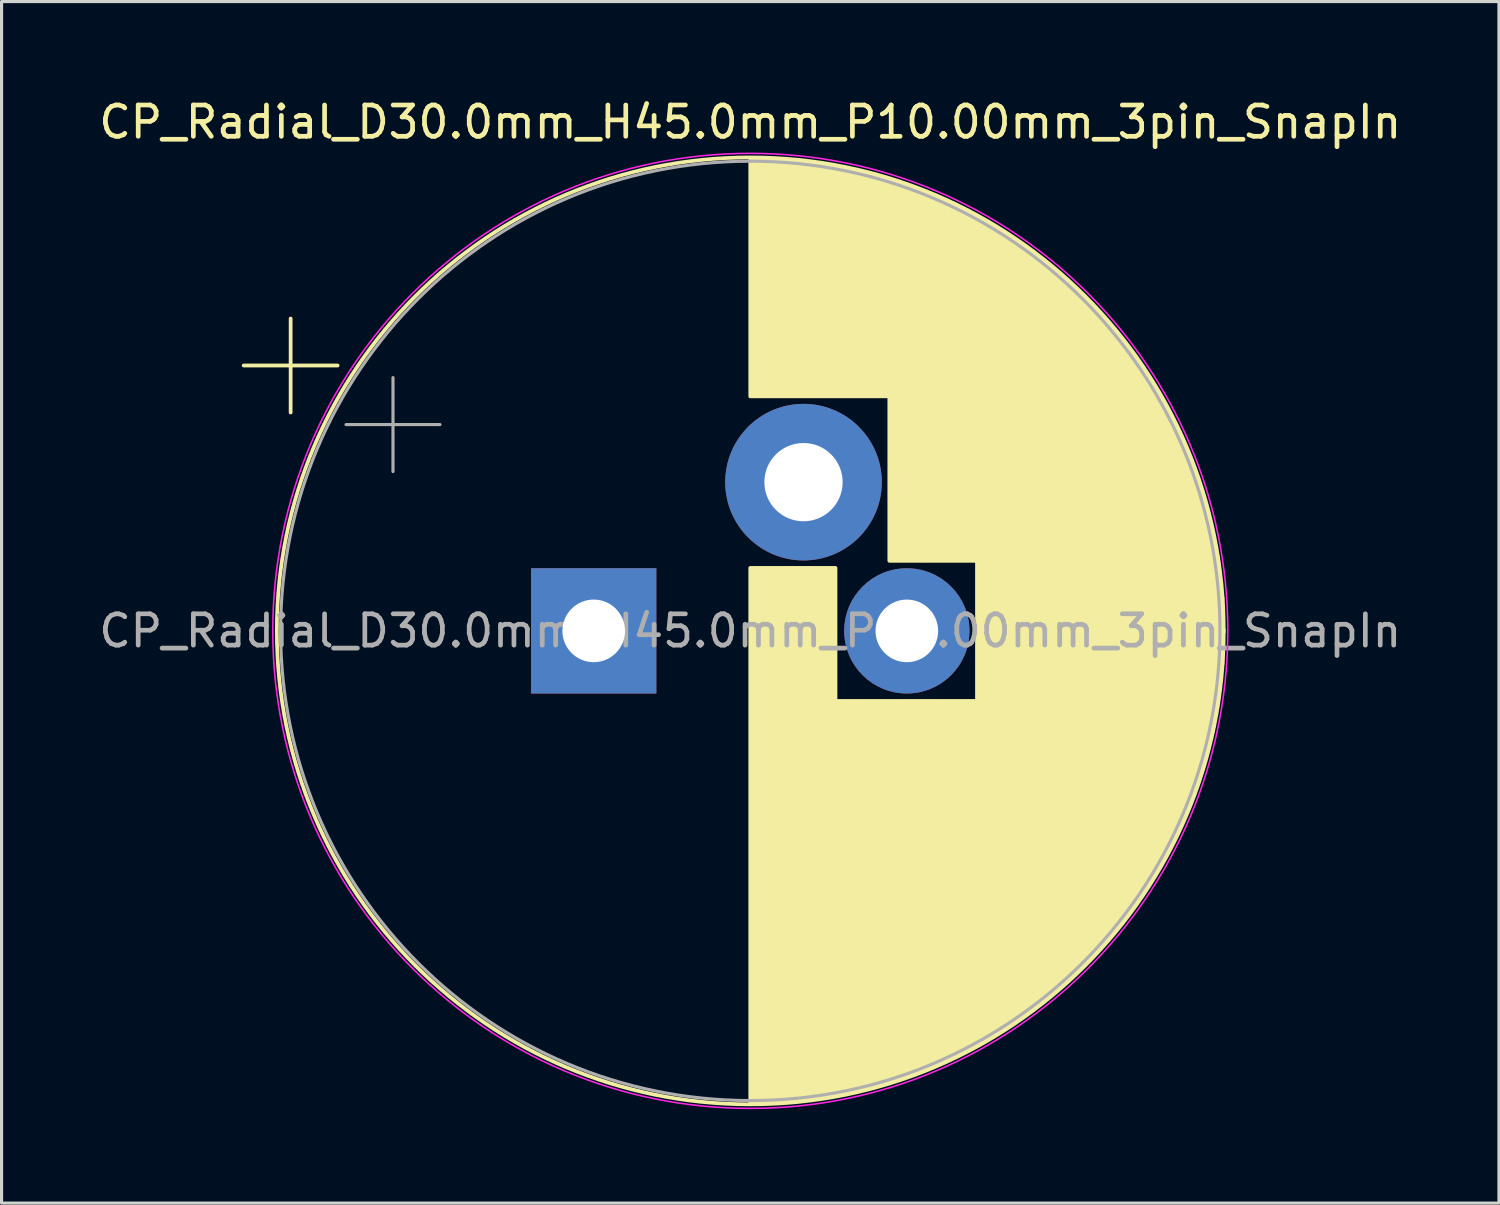
<source format=kicad_pcb>
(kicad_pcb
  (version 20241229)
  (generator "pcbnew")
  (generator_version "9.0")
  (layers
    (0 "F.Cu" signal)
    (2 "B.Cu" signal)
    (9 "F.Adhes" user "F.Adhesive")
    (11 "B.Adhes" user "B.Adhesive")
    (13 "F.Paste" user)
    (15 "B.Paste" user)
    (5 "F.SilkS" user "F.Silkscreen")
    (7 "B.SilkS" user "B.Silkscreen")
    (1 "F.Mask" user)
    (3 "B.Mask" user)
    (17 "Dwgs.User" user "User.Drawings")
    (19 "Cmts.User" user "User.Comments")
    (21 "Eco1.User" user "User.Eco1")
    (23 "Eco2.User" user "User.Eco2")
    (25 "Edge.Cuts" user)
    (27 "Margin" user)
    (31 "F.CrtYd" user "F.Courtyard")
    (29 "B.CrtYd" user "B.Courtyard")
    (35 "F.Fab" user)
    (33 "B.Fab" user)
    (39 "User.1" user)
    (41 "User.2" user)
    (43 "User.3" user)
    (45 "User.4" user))
  (footprint "CP_Radial_D30.0mm_H45.0mm_P10.00mm_3pin_SnapIn"
    (layer "F.Cu")
    (at 15.911 17.098)
    (property "Reference" "CP_Radial_D30.0mm_H45.0mm_P10.00mm_3pin_SnapIn" (at 5 -16.25 0) (layer "F.SilkS") (effects (font (size 1 1) (thickness 0.15))))
    (attr through_hole)
    (fp_line (start -11.179 -8.475) (end -8.179 -8.475) (stroke (width 0.12) (type solid)) (layer "F.SilkS"))
    (fp_line (start -9.679 -9.975) (end -9.679 -6.975) (stroke (width 0.12) (type solid)) (layer "F.SilkS"))
    (fp_line (start 5 -15.081) (end 5 -7.49) (stroke (width 0.12) (type solid)) (layer "F.SilkS"))
    (fp_line (start 5 -2.01) (end 5 15.081) (stroke (width 0.12) (type solid)) (layer "F.SilkS"))
    (fp_line (start 5.04 -15.08) (end 5.04 -7.49) (stroke (width 0.12) (type solid)) (layer "F.SilkS"))
    (fp_line (start 5.04 -2.01) (end 5.04 15.08) (stroke (width 0.12) (type solid)) (layer "F.SilkS"))
    (fp_line (start 5.08 -15.08) (end 5.08 -7.49) (stroke (width 0.12) (type solid)) (layer "F.SilkS"))
    (fp_line (start 5.08 -2.01) (end 5.08 15.08) (stroke (width 0.12) (type solid)) (layer "F.SilkS"))
    (fp_line (start 5.12 -15.08) (end 5.12 -7.49) (stroke (width 0.12) (type solid)) (layer "F.SilkS"))
    (fp_line (start 5.12 -2.01) (end 5.12 15.08) (stroke (width 0.12) (type solid)) (layer "F.SilkS"))
    (fp_line (start 5.16 -15.08) (end 5.16 -7.49) (stroke (width 0.12) (type solid)) (layer "F.SilkS"))
    (fp_line (start 5.16 -2.01) (end 5.16 15.08) (stroke (width 0.12) (type solid)) (layer "F.SilkS"))
    (fp_line (start 5.2 -15.079) (end 5.2 -7.49) (stroke (width 0.12) (type solid)) (layer "F.SilkS"))
    (fp_line (start 5.2 -2.01) (end 5.2 15.079) (stroke (width 0.12) (type solid)) (layer "F.SilkS"))
    (fp_line (start 5.24 -15.079) (end 5.24 -7.49) (stroke (width 0.12) (type solid)) (layer "F.SilkS"))
    (fp_line (start 5.24 -2.01) (end 5.24 15.079) (stroke (width 0.12) (type solid)) (layer "F.SilkS"))
    (fp_line (start 5.28 -15.078) (end 5.28 -7.49) (stroke (width 0.12) (type solid)) (layer "F.SilkS"))
    (fp_line (start 5.28 -2.01) (end 5.28 15.078) (stroke (width 0.12) (type solid)) (layer "F.SilkS"))
    (fp_line (start 5.32 -15.077) (end 5.32 -7.49) (stroke (width 0.12) (type solid)) (layer "F.SilkS"))
    (fp_line (start 5.32 -2.01) (end 5.32 15.077) (stroke (width 0.12) (type solid)) (layer "F.SilkS"))
    (fp_line (start 5.36 -15.076) (end 5.36 -7.49) (stroke (width 0.12) (type solid)) (layer "F.SilkS"))
    (fp_line (start 5.36 -2.01) (end 5.36 15.076) (stroke (width 0.12) (type solid)) (layer "F.SilkS"))
    (fp_line (start 5.4 -15.075) (end 5.4 -7.49) (stroke (width 0.12) (type solid)) (layer "F.SilkS"))
    (fp_line (start 5.4 -2.01) (end 5.4 15.075) (stroke (width 0.12) (type solid)) (layer "F.SilkS"))
    (fp_line (start 5.44 -15.074) (end 5.44 -7.49) (stroke (width 0.12) (type solid)) (layer "F.SilkS"))
    (fp_line (start 5.44 -2.01) (end 5.44 15.074) (stroke (width 0.12) (type solid)) (layer "F.SilkS"))
    (fp_line (start 5.48 -15.073) (end 5.48 -7.49) (stroke (width 0.12) (type solid)) (layer "F.SilkS"))
    (fp_line (start 5.48 -2.01) (end 5.48 15.073) (stroke (width 0.12) (type solid)) (layer "F.SilkS"))
    (fp_line (start 5.52 -15.072) (end 5.52 -7.49) (stroke (width 0.12) (type solid)) (layer "F.SilkS"))
    (fp_line (start 5.52 -2.01) (end 5.52 15.072) (stroke (width 0.12) (type solid)) (layer "F.SilkS"))
    (fp_line (start 5.56 -15.07) (end 5.56 -7.49) (stroke (width 0.12) (type solid)) (layer "F.SilkS"))
    (fp_line (start 5.56 -2.01) (end 5.56 15.07) (stroke (width 0.12) (type solid)) (layer "F.SilkS"))
    (fp_line (start 5.6 -15.069) (end 5.6 -7.49) (stroke (width 0.12) (type solid)) (layer "F.SilkS"))
    (fp_line (start 5.6 -2.01) (end 5.6 15.069) (stroke (width 0.12) (type solid)) (layer "F.SilkS"))
    (fp_line (start 5.64 -15.067) (end 5.64 -7.49) (stroke (width 0.12) (type solid)) (layer "F.SilkS"))
    (fp_line (start 5.64 -2.01) (end 5.64 15.067) (stroke (width 0.12) (type solid)) (layer "F.SilkS"))
    (fp_line (start 5.68 -15.065) (end 5.68 -7.49) (stroke (width 0.12) (type solid)) (layer "F.SilkS"))
    (fp_line (start 5.68 -2.01) (end 5.68 15.065) (stroke (width 0.12) (type solid)) (layer "F.SilkS"))
    (fp_line (start 5.721 -15.063) (end 5.721 -7.49) (stroke (width 0.12) (type solid)) (layer "F.SilkS"))
    (fp_line (start 5.721 -2.01) (end 5.721 15.063) (stroke (width 0.12) (type solid)) (layer "F.SilkS"))
    (fp_line (start 5.761 -15.061) (end 5.761 -7.49) (stroke (width 0.12) (type solid)) (layer "F.SilkS"))
    (fp_line (start 5.761 -2.01) (end 5.761 15.061) (stroke (width 0.12) (type solid)) (layer "F.SilkS"))
    (fp_line (start 5.801 -15.059) (end 5.801 -7.49) (stroke (width 0.12) (type solid)) (layer "F.SilkS"))
    (fp_line (start 5.801 -2.01) (end 5.801 15.059) (stroke (width 0.12) (type solid)) (layer "F.SilkS"))
    (fp_line (start 5.841 -15.057) (end 5.841 -7.49) (stroke (width 0.12) (type solid)) (layer "F.SilkS"))
    (fp_line (start 5.841 -2.01) (end 5.841 15.057) (stroke (width 0.12) (type solid)) (layer "F.SilkS"))
    (fp_line (start 5.881 -15.055) (end 5.881 -7.49) (stroke (width 0.12) (type solid)) (layer "F.SilkS"))
    (fp_line (start 5.881 -2.01) (end 5.881 15.055) (stroke (width 0.12) (type solid)) (layer "F.SilkS"))
    (fp_line (start 5.921 -15.052) (end 5.921 -7.49) (stroke (width 0.12) (type solid)) (layer "F.SilkS"))
    (fp_line (start 5.921 -2.01) (end 5.921 15.052) (stroke (width 0.12) (type solid)) (layer "F.SilkS"))
    (fp_line (start 5.961 -15.05) (end 5.961 -7.49) (stroke (width 0.12) (type solid)) (layer "F.SilkS"))
    (fp_line (start 5.961 -2.01) (end 5.961 15.05) (stroke (width 0.12) (type solid)) (layer "F.SilkS"))
    (fp_line (start 6.001 -15.047) (end 6.001 -7.49) (stroke (width 0.12) (type solid)) (layer "F.SilkS"))
    (fp_line (start 6.001 -2.01) (end 6.001 15.047) (stroke (width 0.12) (type solid)) (layer "F.SilkS"))
    (fp_line (start 6.041 -15.045) (end 6.041 -7.49) (stroke (width 0.12) (type solid)) (layer "F.SilkS"))
    (fp_line (start 6.041 -2.01) (end 6.041 15.045) (stroke (width 0.12) (type solid)) (layer "F.SilkS"))
    (fp_line (start 6.081 -15.042) (end 6.081 -7.49) (stroke (width 0.12) (type solid)) (layer "F.SilkS"))
    (fp_line (start 6.081 -2.01) (end 6.081 15.042) (stroke (width 0.12) (type solid)) (layer "F.SilkS"))
    (fp_line (start 6.121 -15.039) (end 6.121 -7.49) (stroke (width 0.12) (type solid)) (layer "F.SilkS"))
    (fp_line (start 6.121 -2.01) (end 6.121 15.039) (stroke (width 0.12) (type solid)) (layer "F.SilkS"))
    (fp_line (start 6.161 -15.036) (end 6.161 -7.49) (stroke (width 0.12) (type solid)) (layer "F.SilkS"))
    (fp_line (start 6.161 -2.01) (end 6.161 15.036) (stroke (width 0.12) (type solid)) (layer "F.SilkS"))
    (fp_line (start 6.201 -15.033) (end 6.201 -7.49) (stroke (width 0.12) (type solid)) (layer "F.SilkS"))
    (fp_line (start 6.201 -2.01) (end 6.201 15.033) (stroke (width 0.12) (type solid)) (layer "F.SilkS"))
    (fp_line (start 6.241 -15.03) (end 6.241 -7.49) (stroke (width 0.12) (type solid)) (layer "F.SilkS"))
    (fp_line (start 6.241 -2.01) (end 6.241 15.03) (stroke (width 0.12) (type solid)) (layer "F.SilkS"))
    (fp_line (start 6.281 -15.026) (end 6.281 -7.49) (stroke (width 0.12) (type solid)) (layer "F.SilkS"))
    (fp_line (start 6.281 -2.01) (end 6.281 15.026) (stroke (width 0.12) (type solid)) (layer "F.SilkS"))
    (fp_line (start 6.321 -15.023) (end 6.321 -7.49) (stroke (width 0.12) (type solid)) (layer "F.SilkS"))
    (fp_line (start 6.321 -2.01) (end 6.321 15.023) (stroke (width 0.12) (type solid)) (layer "F.SilkS"))
    (fp_line (start 6.361 -15.019) (end 6.361 -7.49) (stroke (width 0.12) (type solid)) (layer "F.SilkS"))
    (fp_line (start 6.361 -2.01) (end 6.361 15.019) (stroke (width 0.12) (type solid)) (layer "F.SilkS"))
    (fp_line (start 6.401 -15.016) (end 6.401 -7.49) (stroke (width 0.12) (type solid)) (layer "F.SilkS"))
    (fp_line (start 6.401 -2.01) (end 6.401 15.016) (stroke (width 0.12) (type solid)) (layer "F.SilkS"))
    (fp_line (start 6.441 -15.012) (end 6.441 -7.49) (stroke (width 0.12) (type solid)) (layer "F.SilkS"))
    (fp_line (start 6.441 -2.01) (end 6.441 15.012) (stroke (width 0.12) (type solid)) (layer "F.SilkS"))
    (fp_line (start 6.481 -15.008) (end 6.481 -7.49) (stroke (width 0.12) (type solid)) (layer "F.SilkS"))
    (fp_line (start 6.481 -2.01) (end 6.481 15.008) (stroke (width 0.12) (type solid)) (layer "F.SilkS"))
    (fp_line (start 6.521 -15.004) (end 6.521 -7.49) (stroke (width 0.12) (type solid)) (layer "F.SilkS"))
    (fp_line (start 6.521 -2.01) (end 6.521 15.004) (stroke (width 0.12) (type solid)) (layer "F.SilkS"))
    (fp_line (start 6.561 -15) (end 6.561 -7.49) (stroke (width 0.12) (type solid)) (layer "F.SilkS"))
    (fp_line (start 6.561 -2.01) (end 6.561 15) (stroke (width 0.12) (type solid)) (layer "F.SilkS"))
    (fp_line (start 6.601 -14.996) (end 6.601 -7.49) (stroke (width 0.12) (type solid)) (layer "F.SilkS"))
    (fp_line (start 6.601 -2.01) (end 6.601 14.996) (stroke (width 0.12) (type solid)) (layer "F.SilkS"))
    (fp_line (start 6.641 -14.991) (end 6.641 -7.49) (stroke (width 0.12) (type solid)) (layer "F.SilkS"))
    (fp_line (start 6.641 -2.01) (end 6.641 14.991) (stroke (width 0.12) (type solid)) (layer "F.SilkS"))
    (fp_line (start 6.681 -14.987) (end 6.681 -7.49) (stroke (width 0.12) (type solid)) (layer "F.SilkS"))
    (fp_line (start 6.681 -2.01) (end 6.681 14.987) (stroke (width 0.12) (type solid)) (layer "F.SilkS"))
    (fp_line (start 6.721 -14.982) (end 6.721 -7.49) (stroke (width 0.12) (type solid)) (layer "F.SilkS"))
    (fp_line (start 6.721 -2.01) (end 6.721 14.982) (stroke (width 0.12) (type solid)) (layer "F.SilkS"))
    (fp_line (start 6.761 -14.978) (end 6.761 -7.49) (stroke (width 0.12) (type solid)) (layer "F.SilkS"))
    (fp_line (start 6.761 -2.01) (end 6.761 14.978) (stroke (width 0.12) (type solid)) (layer "F.SilkS"))
    (fp_line (start 6.801 -14.973) (end 6.801 -7.49) (stroke (width 0.12) (type solid)) (layer "F.SilkS"))
    (fp_line (start 6.801 -2.01) (end 6.801 14.973) (stroke (width 0.12) (type solid)) (layer "F.SilkS"))
    (fp_line (start 6.841 -14.968) (end 6.841 -7.49) (stroke (width 0.12) (type solid)) (layer "F.SilkS"))
    (fp_line (start 6.841 -2.01) (end 6.841 14.968) (stroke (width 0.12) (type solid)) (layer "F.SilkS"))
    (fp_line (start 6.881 -14.963) (end 6.881 -7.49) (stroke (width 0.12) (type solid)) (layer "F.SilkS"))
    (fp_line (start 6.881 -2.01) (end 6.881 14.963) (stroke (width 0.12) (type solid)) (layer "F.SilkS"))
    (fp_line (start 6.921 -14.958) (end 6.921 -7.49) (stroke (width 0.12) (type solid)) (layer "F.SilkS"))
    (fp_line (start 6.921 -2.01) (end 6.921 14.958) (stroke (width 0.12) (type solid)) (layer "F.SilkS"))
    (fp_line (start 6.961 -14.953) (end 6.961 -7.49) (stroke (width 0.12) (type solid)) (layer "F.SilkS"))
    (fp_line (start 6.961 -2.01) (end 6.961 14.953) (stroke (width 0.12) (type solid)) (layer "F.SilkS"))
    (fp_line (start 7.001 -14.948) (end 7.001 -7.49) (stroke (width 0.12) (type solid)) (layer "F.SilkS"))
    (fp_line (start 7.001 -2.01) (end 7.001 14.948) (stroke (width 0.12) (type solid)) (layer "F.SilkS"))
    (fp_line (start 7.041 -14.942) (end 7.041 -7.49) (stroke (width 0.12) (type solid)) (layer "F.SilkS"))
    (fp_line (start 7.041 -2.01) (end 7.041 14.942) (stroke (width 0.12) (type solid)) (layer "F.SilkS"))
    (fp_line (start 7.081 -14.937) (end 7.081 -7.49) (stroke (width 0.12) (type solid)) (layer "F.SilkS"))
    (fp_line (start 7.081 -2.01) (end 7.081 14.937) (stroke (width 0.12) (type solid)) (layer "F.SilkS"))
    (fp_line (start 7.121 -14.931) (end 7.121 -7.49) (stroke (width 0.12) (type solid)) (layer "F.SilkS"))
    (fp_line (start 7.121 -2.01) (end 7.121 14.931) (stroke (width 0.12) (type solid)) (layer "F.SilkS"))
    (fp_line (start 7.161 -14.925) (end 7.161 -7.49) (stroke (width 0.12) (type solid)) (layer "F.SilkS"))
    (fp_line (start 7.161 -2.01) (end 7.161 14.925) (stroke (width 0.12) (type solid)) (layer "F.SilkS"))
    (fp_line (start 7.201 -14.92) (end 7.201 -7.49) (stroke (width 0.12) (type solid)) (layer "F.SilkS"))
    (fp_line (start 7.201 -2.01) (end 7.201 14.92) (stroke (width 0.12) (type solid)) (layer "F.SilkS"))
    (fp_line (start 7.241 -14.914) (end 7.241 -7.49) (stroke (width 0.12) (type solid)) (layer "F.SilkS"))
    (fp_line (start 7.241 -2.01) (end 7.241 14.914) (stroke (width 0.12) (type solid)) (layer "F.SilkS"))
    (fp_line (start 7.281 -14.908) (end 7.281 -7.49) (stroke (width 0.12) (type solid)) (layer "F.SilkS"))
    (fp_line (start 7.281 -2.01) (end 7.281 14.908) (stroke (width 0.12) (type solid)) (layer "F.SilkS"))
    (fp_line (start 7.321 -14.901) (end 7.321 -7.49) (stroke (width 0.12) (type solid)) (layer "F.SilkS"))
    (fp_line (start 7.321 -2.01) (end 7.321 14.901) (stroke (width 0.12) (type solid)) (layer "F.SilkS"))
    (fp_line (start 7.361 -14.895) (end 7.361 -7.49) (stroke (width 0.12) (type solid)) (layer "F.SilkS"))
    (fp_line (start 7.361 -2.01) (end 7.361 14.895) (stroke (width 0.12) (type solid)) (layer "F.SilkS"))
    (fp_line (start 7.401 -14.889) (end 7.401 -7.49) (stroke (width 0.12) (type solid)) (layer "F.SilkS"))
    (fp_line (start 7.401 -2.01) (end 7.401 14.889) (stroke (width 0.12) (type solid)) (layer "F.SilkS"))
    (fp_line (start 7.441 -14.882) (end 7.441 -7.49) (stroke (width 0.12) (type solid)) (layer "F.SilkS"))
    (fp_line (start 7.441 -2.01) (end 7.441 14.882) (stroke (width 0.12) (type solid)) (layer "F.SilkS"))
    (fp_line (start 7.481 -14.876) (end 7.481 -7.49) (stroke (width 0.12) (type solid)) (layer "F.SilkS"))
    (fp_line (start 7.481 -2.01) (end 7.481 14.876) (stroke (width 0.12) (type solid)) (layer "F.SilkS"))
    (fp_line (start 7.521 -14.869) (end 7.521 -7.49) (stroke (width 0.12) (type solid)) (layer "F.SilkS"))
    (fp_line (start 7.521 -2.01) (end 7.521 14.869) (stroke (width 0.12) (type solid)) (layer "F.SilkS"))
    (fp_line (start 7.561 -14.862) (end 7.561 -7.49) (stroke (width 0.12) (type solid)) (layer "F.SilkS"))
    (fp_line (start 7.561 -2.01) (end 7.561 14.862) (stroke (width 0.12) (type solid)) (layer "F.SilkS"))
    (fp_line (start 7.601 -14.855) (end 7.601 -7.49) (stroke (width 0.12) (type solid)) (layer "F.SilkS"))
    (fp_line (start 7.601 -2.01) (end 7.601 14.855) (stroke (width 0.12) (type solid)) (layer "F.SilkS"))
    (fp_line (start 7.641 -14.848) (end 7.641 -7.49) (stroke (width 0.12) (type solid)) (layer "F.SilkS"))
    (fp_line (start 7.641 -2.01) (end 7.641 14.848) (stroke (width 0.12) (type solid)) (layer "F.SilkS"))
    (fp_line (start 7.681 -14.841) (end 7.681 -7.49) (stroke (width 0.12) (type solid)) (layer "F.SilkS"))
    (fp_line (start 7.681 -2.01) (end 7.681 14.841) (stroke (width 0.12) (type solid)) (layer "F.SilkS"))
    (fp_line (start 7.721 -14.834) (end 7.721 -7.49) (stroke (width 0.12) (type solid)) (layer "F.SilkS"))
    (fp_line (start 7.721 -2.01) (end 7.721 14.834) (stroke (width 0.12) (type solid)) (layer "F.SilkS"))
    (fp_line (start 7.761 -14.826) (end 7.761 -7.49) (stroke (width 0.12) (type solid)) (layer "F.SilkS"))
    (fp_line (start 7.761 2.24) (end 7.761 14.826) (stroke (width 0.12) (type solid)) (layer "F.SilkS"))
    (fp_line (start 7.801 -14.819) (end 7.801 -7.49) (stroke (width 0.12) (type solid)) (layer "F.SilkS"))
    (fp_line (start 7.801 2.24) (end 7.801 14.819) (stroke (width 0.12) (type solid)) (layer "F.SilkS"))
    (fp_line (start 7.841 -14.811) (end 7.841 -7.49) (stroke (width 0.12) (type solid)) (layer "F.SilkS"))
    (fp_line (start 7.841 2.24) (end 7.841 14.811) (stroke (width 0.12) (type solid)) (layer "F.SilkS"))
    (fp_line (start 7.881 -14.804) (end 7.881 -7.49) (stroke (width 0.12) (type solid)) (layer "F.SilkS"))
    (fp_line (start 7.881 2.24) (end 7.881 14.804) (stroke (width 0.12) (type solid)) (layer "F.SilkS"))
    (fp_line (start 7.921 -14.796) (end 7.921 -7.49) (stroke (width 0.12) (type solid)) (layer "F.SilkS"))
    (fp_line (start 7.921 2.24) (end 7.921 14.796) (stroke (width 0.12) (type solid)) (layer "F.SilkS"))
    (fp_line (start 7.961 -14.788) (end 7.961 -7.49) (stroke (width 0.12) (type solid)) (layer "F.SilkS"))
    (fp_line (start 7.961 2.24) (end 7.961 14.788) (stroke (width 0.12) (type solid)) (layer "F.SilkS"))
    (fp_line (start 8.001 -14.78) (end 8.001 -7.49) (stroke (width 0.12) (type solid)) (layer "F.SilkS"))
    (fp_line (start 8.001 2.24) (end 8.001 14.78) (stroke (width 0.12) (type solid)) (layer "F.SilkS"))
    (fp_line (start 8.041 -14.772) (end 8.041 -7.49) (stroke (width 0.12) (type solid)) (layer "F.SilkS"))
    (fp_line (start 8.041 2.24) (end 8.041 14.772) (stroke (width 0.12) (type solid)) (layer "F.SilkS"))
    (fp_line (start 8.081 -14.763) (end 8.081 -7.49) (stroke (width 0.12) (type solid)) (layer "F.SilkS"))
    (fp_line (start 8.081 2.24) (end 8.081 14.763) (stroke (width 0.12) (type solid)) (layer "F.SilkS"))
    (fp_line (start 8.121 -14.755) (end 8.121 -7.49) (stroke (width 0.12) (type solid)) (layer "F.SilkS"))
    (fp_line (start 8.121 2.24) (end 8.121 14.755) (stroke (width 0.12) (type solid)) (layer "F.SilkS"))
    (fp_line (start 8.161 -14.747) (end 8.161 -7.49) (stroke (width 0.12) (type solid)) (layer "F.SilkS"))
    (fp_line (start 8.161 2.24) (end 8.161 14.747) (stroke (width 0.12) (type solid)) (layer "F.SilkS"))
    (fp_line (start 8.201 -14.738) (end 8.201 -7.49) (stroke (width 0.12) (type solid)) (layer "F.SilkS"))
    (fp_line (start 8.201 2.24) (end 8.201 14.738) (stroke (width 0.12) (type solid)) (layer "F.SilkS"))
    (fp_line (start 8.241 -14.729) (end 8.241 -7.49) (stroke (width 0.12) (type solid)) (layer "F.SilkS"))
    (fp_line (start 8.241 2.24) (end 8.241 14.729) (stroke (width 0.12) (type solid)) (layer "F.SilkS"))
    (fp_line (start 8.281 -14.72) (end 8.281 -7.49) (stroke (width 0.12) (type solid)) (layer "F.SilkS"))
    (fp_line (start 8.281 2.24) (end 8.281 14.72) (stroke (width 0.12) (type solid)) (layer "F.SilkS"))
    (fp_line (start 8.321 -14.711) (end 8.321 -7.49) (stroke (width 0.12) (type solid)) (layer "F.SilkS"))
    (fp_line (start 8.321 2.24) (end 8.321 14.711) (stroke (width 0.12) (type solid)) (layer "F.SilkS"))
    (fp_line (start 8.361 -14.702) (end 8.361 -7.49) (stroke (width 0.12) (type solid)) (layer "F.SilkS"))
    (fp_line (start 8.361 2.24) (end 8.361 14.702) (stroke (width 0.12) (type solid)) (layer "F.SilkS"))
    (fp_line (start 8.401 -14.693) (end 8.401 -7.49) (stroke (width 0.12) (type solid)) (layer "F.SilkS"))
    (fp_line (start 8.401 2.24) (end 8.401 14.693) (stroke (width 0.12) (type solid)) (layer "F.SilkS"))
    (fp_line (start 8.441 -14.684) (end 8.441 -7.49) (stroke (width 0.12) (type solid)) (layer "F.SilkS"))
    (fp_line (start 8.441 2.24) (end 8.441 14.684) (stroke (width 0.12) (type solid)) (layer "F.SilkS"))
    (fp_line (start 8.481 -14.675) (end 8.481 -7.49) (stroke (width 0.12) (type solid)) (layer "F.SilkS"))
    (fp_line (start 8.481 2.24) (end 8.481 14.675) (stroke (width 0.12) (type solid)) (layer "F.SilkS"))
    (fp_line (start 8.521 -14.665) (end 8.521 -7.49) (stroke (width 0.12) (type solid)) (layer "F.SilkS"))
    (fp_line (start 8.521 2.24) (end 8.521 14.665) (stroke (width 0.12) (type solid)) (layer "F.SilkS"))
    (fp_line (start 8.561 -14.655) (end 8.561 -7.49) (stroke (width 0.12) (type solid)) (layer "F.SilkS"))
    (fp_line (start 8.561 2.24) (end 8.561 14.655) (stroke (width 0.12) (type solid)) (layer "F.SilkS"))
    (fp_line (start 8.601 -14.646) (end 8.601 -7.49) (stroke (width 0.12) (type solid)) (layer "F.SilkS"))
    (fp_line (start 8.601 2.24) (end 8.601 14.646) (stroke (width 0.12) (type solid)) (layer "F.SilkS"))
    (fp_line (start 8.641 -14.636) (end 8.641 -7.49) (stroke (width 0.12) (type solid)) (layer "F.SilkS"))
    (fp_line (start 8.641 2.24) (end 8.641 14.636) (stroke (width 0.12) (type solid)) (layer "F.SilkS"))
    (fp_line (start 8.681 -14.626) (end 8.681 -7.49) (stroke (width 0.12) (type solid)) (layer "F.SilkS"))
    (fp_line (start 8.681 2.24) (end 8.681 14.626) (stroke (width 0.12) (type solid)) (layer "F.SilkS"))
    (fp_line (start 8.721 -14.616) (end 8.721 -7.49) (stroke (width 0.12) (type solid)) (layer "F.SilkS"))
    (fp_line (start 8.721 2.24) (end 8.721 14.616) (stroke (width 0.12) (type solid)) (layer "F.SilkS"))
    (fp_line (start 8.761 -14.606) (end 8.761 -7.49) (stroke (width 0.12) (type solid)) (layer "F.SilkS"))
    (fp_line (start 8.761 2.24) (end 8.761 14.606) (stroke (width 0.12) (type solid)) (layer "F.SilkS"))
    (fp_line (start 8.801 -14.595) (end 8.801 -7.49) (stroke (width 0.12) (type solid)) (layer "F.SilkS"))
    (fp_line (start 8.801 2.24) (end 8.801 14.595) (stroke (width 0.12) (type solid)) (layer "F.SilkS"))
    (fp_line (start 8.841 -14.585) (end 8.841 -7.49) (stroke (width 0.12) (type solid)) (layer "F.SilkS"))
    (fp_line (start 8.841 2.24) (end 8.841 14.585) (stroke (width 0.12) (type solid)) (layer "F.SilkS"))
    (fp_line (start 8.881 -14.574) (end 8.881 -7.49) (stroke (width 0.12) (type solid)) (layer "F.SilkS"))
    (fp_line (start 8.881 2.24) (end 8.881 14.574) (stroke (width 0.12) (type solid)) (layer "F.SilkS"))
    (fp_line (start 8.921 -14.564) (end 8.921 -7.49) (stroke (width 0.12) (type solid)) (layer "F.SilkS"))
    (fp_line (start 8.921 2.24) (end 8.921 14.564) (stroke (width 0.12) (type solid)) (layer "F.SilkS"))
    (fp_line (start 8.961 -14.553) (end 8.961 -7.49) (stroke (width 0.12) (type solid)) (layer "F.SilkS"))
    (fp_line (start 8.961 2.24) (end 8.961 14.553) (stroke (width 0.12) (type solid)) (layer "F.SilkS"))
    (fp_line (start 9.001 -14.542) (end 9.001 -7.49) (stroke (width 0.12) (type solid)) (layer "F.SilkS"))
    (fp_line (start 9.001 2.24) (end 9.001 14.542) (stroke (width 0.12) (type solid)) (layer "F.SilkS"))
    (fp_line (start 9.041 -14.531) (end 9.041 -7.49) (stroke (width 0.12) (type solid)) (layer "F.SilkS"))
    (fp_line (start 9.041 2.24) (end 9.041 14.531) (stroke (width 0.12) (type solid)) (layer "F.SilkS"))
    (fp_line (start 9.081 -14.52) (end 9.081 -7.49) (stroke (width 0.12) (type solid)) (layer "F.SilkS"))
    (fp_line (start 9.081 2.24) (end 9.081 14.52) (stroke (width 0.12) (type solid)) (layer "F.SilkS"))
    (fp_line (start 9.121 -14.508) (end 9.121 -7.49) (stroke (width 0.12) (type solid)) (layer "F.SilkS"))
    (fp_line (start 9.121 2.24) (end 9.121 14.508) (stroke (width 0.12) (type solid)) (layer "F.SilkS"))
    (fp_line (start 9.161 -14.497) (end 9.161 -7.49) (stroke (width 0.12) (type solid)) (layer "F.SilkS"))
    (fp_line (start 9.161 2.24) (end 9.161 14.497) (stroke (width 0.12) (type solid)) (layer "F.SilkS"))
    (fp_line (start 9.201 -14.485) (end 9.201 -7.49) (stroke (width 0.12) (type solid)) (layer "F.SilkS"))
    (fp_line (start 9.201 2.24) (end 9.201 14.485) (stroke (width 0.12) (type solid)) (layer "F.SilkS"))
    (fp_line (start 9.241 -14.474) (end 9.241 -7.49) (stroke (width 0.12) (type solid)) (layer "F.SilkS"))
    (fp_line (start 9.241 2.24) (end 9.241 14.474) (stroke (width 0.12) (type solid)) (layer "F.SilkS"))
    (fp_line (start 9.281 -14.462) (end 9.281 -7.49) (stroke (width 0.12) (type solid)) (layer "F.SilkS"))
    (fp_line (start 9.281 2.24) (end 9.281 14.462) (stroke (width 0.12) (type solid)) (layer "F.SilkS"))
    (fp_line (start 9.321 -14.45) (end 9.321 -7.49) (stroke (width 0.12) (type solid)) (layer "F.SilkS"))
    (fp_line (start 9.321 2.24) (end 9.321 14.45) (stroke (width 0.12) (type solid)) (layer "F.SilkS"))
    (fp_line (start 9.361 -14.438) (end 9.361 -7.49) (stroke (width 0.12) (type solid)) (layer "F.SilkS"))
    (fp_line (start 9.361 2.24) (end 9.361 14.438) (stroke (width 0.12) (type solid)) (layer "F.SilkS"))
    (fp_line (start 9.401 -14.426) (end 9.401 -7.49) (stroke (width 0.12) (type solid)) (layer "F.SilkS"))
    (fp_line (start 9.401 2.24) (end 9.401 14.426) (stroke (width 0.12) (type solid)) (layer "F.SilkS"))
    (fp_line (start 9.441 -14.414) (end 9.441 -2.24) (stroke (width 0.12) (type solid)) (layer "F.SilkS"))
    (fp_line (start 9.441 2.24) (end 9.441 14.414) (stroke (width 0.12) (type solid)) (layer "F.SilkS"))
    (fp_line (start 9.481 -14.402) (end 9.481 -2.24) (stroke (width 0.12) (type solid)) (layer "F.SilkS"))
    (fp_line (start 9.481 2.24) (end 9.481 14.402) (stroke (width 0.12) (type solid)) (layer "F.SilkS"))
    (fp_line (start 9.521 -14.389) (end 9.521 -2.24) (stroke (width 0.12) (type solid)) (layer "F.SilkS"))
    (fp_line (start 9.521 2.24) (end 9.521 14.389) (stroke (width 0.12) (type solid)) (layer "F.SilkS"))
    (fp_line (start 9.561 -14.376) (end 9.561 -2.24) (stroke (width 0.12) (type solid)) (layer "F.SilkS"))
    (fp_line (start 9.561 2.24) (end 9.561 14.376) (stroke (width 0.12) (type solid)) (layer "F.SilkS"))
    (fp_line (start 9.601 -14.364) (end 9.601 -2.24) (stroke (width 0.12) (type solid)) (layer "F.SilkS"))
    (fp_line (start 9.601 2.24) (end 9.601 14.364) (stroke (width 0.12) (type solid)) (layer "F.SilkS"))
    (fp_line (start 9.641 -14.351) (end 9.641 -2.24) (stroke (width 0.12) (type solid)) (layer "F.SilkS"))
    (fp_line (start 9.641 2.24) (end 9.641 14.351) (stroke (width 0.12) (type solid)) (layer "F.SilkS"))
    (fp_line (start 9.681 -14.338) (end 9.681 -2.24) (stroke (width 0.12) (type solid)) (layer "F.SilkS"))
    (fp_line (start 9.681 2.24) (end 9.681 14.338) (stroke (width 0.12) (type solid)) (layer "F.SilkS"))
    (fp_line (start 9.721 -14.325) (end 9.721 -2.24) (stroke (width 0.12) (type solid)) (layer "F.SilkS"))
    (fp_line (start 9.721 2.24) (end 9.721 14.325) (stroke (width 0.12) (type solid)) (layer "F.SilkS"))
    (fp_line (start 9.761 -14.312) (end 9.761 -2.24) (stroke (width 0.12) (type solid)) (layer "F.SilkS"))
    (fp_line (start 9.761 2.24) (end 9.761 14.312) (stroke (width 0.12) (type solid)) (layer "F.SilkS"))
    (fp_line (start 9.801 -14.298) (end 9.801 -2.24) (stroke (width 0.12) (type solid)) (layer "F.SilkS"))
    (fp_line (start 9.801 2.24) (end 9.801 14.298) (stroke (width 0.12) (type solid)) (layer "F.SilkS"))
    (fp_line (start 9.841 -14.285) (end 9.841 -2.24) (stroke (width 0.12) (type solid)) (layer "F.SilkS"))
    (fp_line (start 9.841 2.24) (end 9.841 14.285) (stroke (width 0.12) (type solid)) (layer "F.SilkS"))
    (fp_line (start 9.881 -14.271) (end 9.881 -2.24) (stroke (width 0.12) (type solid)) (layer "F.SilkS"))
    (fp_line (start 9.881 2.24) (end 9.881 14.271) (stroke (width 0.12) (type solid)) (layer "F.SilkS"))
    (fp_line (start 9.921 -14.258) (end 9.921 -2.24) (stroke (width 0.12) (type solid)) (layer "F.SilkS"))
    (fp_line (start 9.921 2.24) (end 9.921 14.258) (stroke (width 0.12) (type solid)) (layer "F.SilkS"))
    (fp_line (start 9.961 -14.244) (end 9.961 -2.24) (stroke (width 0.12) (type solid)) (layer "F.SilkS"))
    (fp_line (start 9.961 2.24) (end 9.961 14.244) (stroke (width 0.12) (type solid)) (layer "F.SilkS"))
    (fp_line (start 10.001 -14.23) (end 10.001 -2.24) (stroke (width 0.12) (type solid)) (layer "F.SilkS"))
    (fp_line (start 10.001 2.24) (end 10.001 14.23) (stroke (width 0.12) (type solid)) (layer "F.SilkS"))
    (fp_line (start 10.041 -14.216) (end 10.041 -2.24) (stroke (width 0.12) (type solid)) (layer "F.SilkS"))
    (fp_line (start 10.041 2.24) (end 10.041 14.216) (stroke (width 0.12) (type solid)) (layer "F.SilkS"))
    (fp_line (start 10.081 -14.202) (end 10.081 -2.24) (stroke (width 0.12) (type solid)) (layer "F.SilkS"))
    (fp_line (start 10.081 2.24) (end 10.081 14.202) (stroke (width 0.12) (type solid)) (layer "F.SilkS"))
    (fp_line (start 10.121 -14.187) (end 10.121 -2.24) (stroke (width 0.12) (type solid)) (layer "F.SilkS"))
    (fp_line (start 10.121 2.24) (end 10.121 14.187) (stroke (width 0.12) (type solid)) (layer "F.SilkS"))
    (fp_line (start 10.161 -14.173) (end 10.161 -2.24) (stroke (width 0.12) (type solid)) (layer "F.SilkS"))
    (fp_line (start 10.161 2.24) (end 10.161 14.173) (stroke (width 0.12) (type solid)) (layer "F.SilkS"))
    (fp_line (start 10.201 -14.158) (end 10.201 -2.24) (stroke (width 0.12) (type solid)) (layer "F.SilkS"))
    (fp_line (start 10.201 2.24) (end 10.201 14.158) (stroke (width 0.12) (type solid)) (layer "F.SilkS"))
    (fp_line (start 10.241 -14.143) (end 10.241 -2.24) (stroke (width 0.12) (type solid)) (layer "F.SilkS"))
    (fp_line (start 10.241 2.24) (end 10.241 14.143) (stroke (width 0.12) (type solid)) (layer "F.SilkS"))
    (fp_line (start 10.281 -14.129) (end 10.281 -2.24) (stroke (width 0.12) (type solid)) (layer "F.SilkS"))
    (fp_line (start 10.281 2.24) (end 10.281 14.129) (stroke (width 0.12) (type solid)) (layer "F.SilkS"))
    (fp_line (start 10.321 -14.114) (end 10.321 -2.24) (stroke (width 0.12) (type solid)) (layer "F.SilkS"))
    (fp_line (start 10.321 2.24) (end 10.321 14.114) (stroke (width 0.12) (type solid)) (layer "F.SilkS"))
    (fp_line (start 10.361 -14.099) (end 10.361 -2.24) (stroke (width 0.12) (type solid)) (layer "F.SilkS"))
    (fp_line (start 10.361 2.24) (end 10.361 14.099) (stroke (width 0.12) (type solid)) (layer "F.SilkS"))
    (fp_line (start 10.401 -14.083) (end 10.401 -2.24) (stroke (width 0.12) (type solid)) (layer "F.SilkS"))
    (fp_line (start 10.401 2.24) (end 10.401 14.083) (stroke (width 0.12) (type solid)) (layer "F.SilkS"))
    (fp_line (start 10.441 -14.068) (end 10.441 -2.24) (stroke (width 0.12) (type solid)) (layer "F.SilkS"))
    (fp_line (start 10.441 2.24) (end 10.441 14.068) (stroke (width 0.12) (type solid)) (layer "F.SilkS"))
    (fp_line (start 10.481 -14.052) (end 10.481 -2.24) (stroke (width 0.12) (type solid)) (layer "F.SilkS"))
    (fp_line (start 10.481 2.24) (end 10.481 14.052) (stroke (width 0.12) (type solid)) (layer "F.SilkS"))
    (fp_line (start 10.521 -14.037) (end 10.521 -2.24) (stroke (width 0.12) (type solid)) (layer "F.SilkS"))
    (fp_line (start 10.521 2.24) (end 10.521 14.037) (stroke (width 0.12) (type solid)) (layer "F.SilkS"))
    (fp_line (start 10.561 -14.021) (end 10.561 -2.24) (stroke (width 0.12) (type solid)) (layer "F.SilkS"))
    (fp_line (start 10.561 2.24) (end 10.561 14.021) (stroke (width 0.12) (type solid)) (layer "F.SilkS"))
    (fp_line (start 10.601 -14.005) (end 10.601 -2.24) (stroke (width 0.12) (type solid)) (layer "F.SilkS"))
    (fp_line (start 10.601 2.24) (end 10.601 14.005) (stroke (width 0.12) (type solid)) (layer "F.SilkS"))
    (fp_line (start 10.641 -13.989) (end 10.641 -2.24) (stroke (width 0.12) (type solid)) (layer "F.SilkS"))
    (fp_line (start 10.641 2.24) (end 10.641 13.989) (stroke (width 0.12) (type solid)) (layer "F.SilkS"))
    (fp_line (start 10.681 -13.973) (end 10.681 -2.24) (stroke (width 0.12) (type solid)) (layer "F.SilkS"))
    (fp_line (start 10.681 2.24) (end 10.681 13.973) (stroke (width 0.12) (type solid)) (layer "F.SilkS"))
    (fp_line (start 10.721 -13.957) (end 10.721 -2.24) (stroke (width 0.12) (type solid)) (layer "F.SilkS"))
    (fp_line (start 10.721 2.24) (end 10.721 13.957) (stroke (width 0.12) (type solid)) (layer "F.SilkS"))
    (fp_line (start 10.761 -13.94) (end 10.761 -2.24) (stroke (width 0.12) (type solid)) (layer "F.SilkS"))
    (fp_line (start 10.761 2.24) (end 10.761 13.94) (stroke (width 0.12) (type solid)) (layer "F.SilkS"))
    (fp_line (start 10.801 -13.924) (end 10.801 -2.24) (stroke (width 0.12) (type solid)) (layer "F.SilkS"))
    (fp_line (start 10.801 2.24) (end 10.801 13.924) (stroke (width 0.12) (type solid)) (layer "F.SilkS"))
    (fp_line (start 10.841 -13.907) (end 10.841 -2.24) (stroke (width 0.12) (type solid)) (layer "F.SilkS"))
    (fp_line (start 10.841 2.24) (end 10.841 13.907) (stroke (width 0.12) (type solid)) (layer "F.SilkS"))
    (fp_line (start 10.881 -13.89) (end 10.881 -2.24) (stroke (width 0.12) (type solid)) (layer "F.SilkS"))
    (fp_line (start 10.881 2.24) (end 10.881 13.89) (stroke (width 0.12) (type solid)) (layer "F.SilkS"))
    (fp_line (start 10.921 -13.873) (end 10.921 -2.24) (stroke (width 0.12) (type solid)) (layer "F.SilkS"))
    (fp_line (start 10.921 2.24) (end 10.921 13.873) (stroke (width 0.12) (type solid)) (layer "F.SilkS"))
    (fp_line (start 10.961 -13.856) (end 10.961 -2.24) (stroke (width 0.12) (type solid)) (layer "F.SilkS"))
    (fp_line (start 10.961 2.24) (end 10.961 13.856) (stroke (width 0.12) (type solid)) (layer "F.SilkS"))
    (fp_line (start 11.001 -13.839) (end 11.001 -2.24) (stroke (width 0.12) (type solid)) (layer "F.SilkS"))
    (fp_line (start 11.001 2.24) (end 11.001 13.839) (stroke (width 0.12) (type solid)) (layer "F.SilkS"))
    (fp_line (start 11.041 -13.822) (end 11.041 -2.24) (stroke (width 0.12) (type solid)) (layer "F.SilkS"))
    (fp_line (start 11.041 2.24) (end 11.041 13.822) (stroke (width 0.12) (type solid)) (layer "F.SilkS"))
    (fp_line (start 11.081 -13.804) (end 11.081 -2.24) (stroke (width 0.12) (type solid)) (layer "F.SilkS"))
    (fp_line (start 11.081 2.24) (end 11.081 13.804) (stroke (width 0.12) (type solid)) (layer "F.SilkS"))
    (fp_line (start 11.121 -13.787) (end 11.121 -2.24) (stroke (width 0.12) (type solid)) (layer "F.SilkS"))
    (fp_line (start 11.121 2.24) (end 11.121 13.787) (stroke (width 0.12) (type solid)) (layer "F.SilkS"))
    (fp_line (start 11.161 -13.769) (end 11.161 -2.24) (stroke (width 0.12) (type solid)) (layer "F.SilkS"))
    (fp_line (start 11.161 2.24) (end 11.161 13.769) (stroke (width 0.12) (type solid)) (layer "F.SilkS"))
    (fp_line (start 11.201 -13.751) (end 11.201 -2.24) (stroke (width 0.12) (type solid)) (layer "F.SilkS"))
    (fp_line (start 11.201 2.24) (end 11.201 13.751) (stroke (width 0.12) (type solid)) (layer "F.SilkS"))
    (fp_line (start 11.241 -13.733) (end 11.241 -2.24) (stroke (width 0.12) (type solid)) (layer "F.SilkS"))
    (fp_line (start 11.241 2.24) (end 11.241 13.733) (stroke (width 0.12) (type solid)) (layer "F.SilkS"))
    (fp_line (start 11.281 -13.715) (end 11.281 -2.24) (stroke (width 0.12) (type solid)) (layer "F.SilkS"))
    (fp_line (start 11.281 2.24) (end 11.281 13.715) (stroke (width 0.12) (type solid)) (layer "F.SilkS"))
    (fp_line (start 11.321 -13.696) (end 11.321 -2.24) (stroke (width 0.12) (type solid)) (layer "F.SilkS"))
    (fp_line (start 11.321 2.24) (end 11.321 13.696) (stroke (width 0.12) (type solid)) (layer "F.SilkS"))
    (fp_line (start 11.361 -13.678) (end 11.361 -2.24) (stroke (width 0.12) (type solid)) (layer "F.SilkS"))
    (fp_line (start 11.361 2.24) (end 11.361 13.678) (stroke (width 0.12) (type solid)) (layer "F.SilkS"))
    (fp_line (start 11.401 -13.659) (end 11.401 -2.24) (stroke (width 0.12) (type solid)) (layer "F.SilkS"))
    (fp_line (start 11.401 2.24) (end 11.401 13.659) (stroke (width 0.12) (type solid)) (layer "F.SilkS"))
    (fp_line (start 11.441 -13.64) (end 11.441 -2.24) (stroke (width 0.12) (type solid)) (layer "F.SilkS"))
    (fp_line (start 11.441 2.24) (end 11.441 13.64) (stroke (width 0.12) (type solid)) (layer "F.SilkS"))
    (fp_line (start 11.481 -13.622) (end 11.481 -2.24) (stroke (width 0.12) (type solid)) (layer "F.SilkS"))
    (fp_line (start 11.481 2.24) (end 11.481 13.622) (stroke (width 0.12) (type solid)) (layer "F.SilkS"))
    (fp_line (start 11.521 -13.602) (end 11.521 -2.24) (stroke (width 0.12) (type solid)) (layer "F.SilkS"))
    (fp_line (start 11.521 2.24) (end 11.521 13.602) (stroke (width 0.12) (type solid)) (layer "F.SilkS"))
    (fp_line (start 11.561 -13.583) (end 11.561 -2.24) (stroke (width 0.12) (type solid)) (layer "F.SilkS"))
    (fp_line (start 11.561 2.24) (end 11.561 13.583) (stroke (width 0.12) (type solid)) (layer "F.SilkS"))
    (fp_line (start 11.601 -13.564) (end 11.601 -2.24) (stroke (width 0.12) (type solid)) (layer "F.SilkS"))
    (fp_line (start 11.601 2.24) (end 11.601 13.564) (stroke (width 0.12) (type solid)) (layer "F.SilkS"))
    (fp_line (start 11.641 -13.544) (end 11.641 -2.24) (stroke (width 0.12) (type solid)) (layer "F.SilkS"))
    (fp_line (start 11.641 2.24) (end 11.641 13.544) (stroke (width 0.12) (type solid)) (layer "F.SilkS"))
    (fp_line (start 11.681 -13.525) (end 11.681 -2.24) (stroke (width 0.12) (type solid)) (layer "F.SilkS"))
    (fp_line (start 11.681 2.24) (end 11.681 13.525) (stroke (width 0.12) (type solid)) (layer "F.SilkS"))
    (fp_line (start 11.721 -13.505) (end 11.721 -2.24) (stroke (width 0.12) (type solid)) (layer "F.SilkS"))
    (fp_line (start 11.721 2.24) (end 11.721 13.505) (stroke (width 0.12) (type solid)) (layer "F.SilkS"))
    (fp_line (start 11.761 -13.485) (end 11.761 -2.24) (stroke (width 0.12) (type solid)) (layer "F.SilkS"))
    (fp_line (start 11.761 2.24) (end 11.761 13.485) (stroke (width 0.12) (type solid)) (layer "F.SilkS"))
    (fp_line (start 11.801 -13.465) (end 11.801 -2.24) (stroke (width 0.12) (type solid)) (layer "F.SilkS"))
    (fp_line (start 11.801 2.24) (end 11.801 13.465) (stroke (width 0.12) (type solid)) (layer "F.SilkS"))
    (fp_line (start 11.841 -13.445) (end 11.841 -2.24) (stroke (width 0.12) (type solid)) (layer "F.SilkS"))
    (fp_line (start 11.841 2.24) (end 11.841 13.445) (stroke (width 0.12) (type solid)) (layer "F.SilkS"))
    (fp_line (start 11.881 -13.425) (end 11.881 -2.24) (stroke (width 0.12) (type solid)) (layer "F.SilkS"))
    (fp_line (start 11.881 2.24) (end 11.881 13.425) (stroke (width 0.12) (type solid)) (layer "F.SilkS"))
    (fp_line (start 11.921 -13.404) (end 11.921 -2.24) (stroke (width 0.12) (type solid)) (layer "F.SilkS"))
    (fp_line (start 11.921 2.24) (end 11.921 13.404) (stroke (width 0.12) (type solid)) (layer "F.SilkS"))
    (fp_line (start 11.961 -13.383) (end 11.961 -2.24) (stroke (width 0.12) (type solid)) (layer "F.SilkS"))
    (fp_line (start 11.961 2.24) (end 11.961 13.383) (stroke (width 0.12) (type solid)) (layer "F.SilkS"))
    (fp_line (start 12.001 -13.363) (end 12.001 -2.24) (stroke (width 0.12) (type solid)) (layer "F.SilkS"))
    (fp_line (start 12.001 2.24) (end 12.001 13.363) (stroke (width 0.12) (type solid)) (layer "F.SilkS"))
    (fp_line (start 12.041 -13.342) (end 12.041 -2.24) (stroke (width 0.12) (type solid)) (layer "F.SilkS"))
    (fp_line (start 12.041 2.24) (end 12.041 13.342) (stroke (width 0.12) (type solid)) (layer "F.SilkS"))
    (fp_line (start 12.081 -13.32) (end 12.081 -2.24) (stroke (width 0.12) (type solid)) (layer "F.SilkS"))
    (fp_line (start 12.081 2.24) (end 12.081 13.32) (stroke (width 0.12) (type solid)) (layer "F.SilkS"))
    (fp_line (start 12.121 -13.299) (end 12.121 -2.24) (stroke (width 0.12) (type solid)) (layer "F.SilkS"))
    (fp_line (start 12.121 2.24) (end 12.121 13.299) (stroke (width 0.12) (type solid)) (layer "F.SilkS"))
    (fp_line (start 12.161 -13.278) (end 12.161 -2.24) (stroke (width 0.12) (type solid)) (layer "F.SilkS"))
    (fp_line (start 12.161 2.24) (end 12.161 13.278) (stroke (width 0.12) (type solid)) (layer "F.SilkS"))
    (fp_line (start 12.201 -13.256) (end 12.201 -2.24) (stroke (width 0.12) (type solid)) (layer "F.SilkS"))
    (fp_line (start 12.201 2.24) (end 12.201 13.256) (stroke (width 0.12) (type solid)) (layer "F.SilkS"))
    (fp_line (start 12.241 -13.234) (end 12.241 13.234) (stroke (width 0.12) (type solid)) (layer "F.SilkS"))
    (fp_line (start 12.281 -13.213) (end 12.281 13.213) (stroke (width 0.12) (type solid)) (layer "F.SilkS"))
    (fp_line (start 12.321 -13.19) (end 12.321 13.19) (stroke (width 0.12) (type solid)) (layer "F.SilkS"))
    (fp_line (start 12.361 -13.168) (end 12.361 13.168) (stroke (width 0.12) (type solid)) (layer "F.SilkS"))
    (fp_line (start 12.401 -13.146) (end 12.401 13.146) (stroke (width 0.12) (type solid)) (layer "F.SilkS"))
    (fp_line (start 12.441 -13.123) (end 12.441 13.123) (stroke (width 0.12) (type solid)) (layer "F.SilkS"))
    (fp_line (start 12.481 -13.101) (end 12.481 13.101) (stroke (width 0.12) (type solid)) (layer "F.SilkS"))
    (fp_line (start 12.521 -13.078) (end 12.521 13.078) (stroke (width 0.12) (type solid)) (layer "F.SilkS"))
    (fp_line (start 12.561 -13.055) (end 12.561 13.055) (stroke (width 0.12) (type solid)) (layer "F.SilkS"))
    (fp_line (start 12.601 -13.032) (end 12.601 13.032) (stroke (width 0.12) (type solid)) (layer "F.SilkS"))
    (fp_line (start 12.641 -13.008) (end 12.641 13.008) (stroke (width 0.12) (type solid)) (layer "F.SilkS"))
    (fp_line (start 12.681 -12.985) (end 12.681 12.985) (stroke (width 0.12) (type solid)) (layer "F.SilkS"))
    (fp_line (start 12.721 -12.961) (end 12.721 12.961) (stroke (width 0.12) (type solid)) (layer "F.SilkS"))
    (fp_line (start 12.761 -12.937) (end 12.761 12.937) (stroke (width 0.12) (type solid)) (layer "F.SilkS"))
    (fp_line (start 12.801 -12.913) (end 12.801 12.913) (stroke (width 0.12) (type solid)) (layer "F.SilkS"))
    (fp_line (start 12.841 -12.889) (end 12.841 12.889) (stroke (width 0.12) (type solid)) (layer "F.SilkS"))
    (fp_line (start 12.881 -12.865) (end 12.881 12.865) (stroke (width 0.12) (type solid)) (layer "F.SilkS"))
    (fp_line (start 12.921 -12.84) (end 12.921 12.84) (stroke (width 0.12) (type solid)) (layer "F.SilkS"))
    (fp_line (start 12.961 -12.816) (end 12.961 12.816) (stroke (width 0.12) (type solid)) (layer "F.SilkS"))
    (fp_line (start 13.001 -12.791) (end 13.001 12.791) (stroke (width 0.12) (type solid)) (layer "F.SilkS"))
    (fp_line (start 13.041 -12.766) (end 13.041 12.766) (stroke (width 0.12) (type solid)) (layer "F.SilkS"))
    (fp_line (start 13.081 -12.74) (end 13.081 12.74) (stroke (width 0.12) (type solid)) (layer "F.SilkS"))
    (fp_line (start 13.121 -12.715) (end 13.121 12.715) (stroke (width 0.12) (type solid)) (layer "F.SilkS"))
    (fp_line (start 13.161 -12.69) (end 13.161 12.69) (stroke (width 0.12) (type solid)) (layer "F.SilkS"))
    (fp_line (start 13.2 -12.664) (end 13.2 12.664) (stroke (width 0.12) (type solid)) (layer "F.SilkS"))
    (fp_line (start 13.24 -12.638) (end 13.24 12.638) (stroke (width 0.12) (type solid)) (layer "F.SilkS"))
    (fp_line (start 13.28 -12.612) (end 13.28 12.612) (stroke (width 0.12) (type solid)) (layer "F.SilkS"))
    (fp_line (start 13.32 -12.586) (end 13.32 12.586) (stroke (width 0.12) (type solid)) (layer "F.SilkS"))
    (fp_line (start 13.36 -12.559) (end 13.36 12.559) (stroke (width 0.12) (type solid)) (layer "F.SilkS"))
    (fp_line (start 13.4 -12.532) (end 13.4 12.532) (stroke (width 0.12) (type solid)) (layer "F.SilkS"))
    (fp_line (start 13.44 -12.506) (end 13.44 12.506) (stroke (width 0.12) (type solid)) (layer "F.SilkS"))
    (fp_line (start 13.48 -12.479) (end 13.48 12.479) (stroke (width 0.12) (type solid)) (layer "F.SilkS"))
    (fp_line (start 13.52 -12.451) (end 13.52 12.451) (stroke (width 0.12) (type solid)) (layer "F.SilkS"))
    (fp_line (start 13.56 -12.424) (end 13.56 12.424) (stroke (width 0.12) (type solid)) (layer "F.SilkS"))
    (fp_line (start 13.6 -12.397) (end 13.6 12.397) (stroke (width 0.12) (type solid)) (layer "F.SilkS"))
    (fp_line (start 13.64 -12.369) (end 13.64 12.369) (stroke (width 0.12) (type solid)) (layer "F.SilkS"))
    (fp_line (start 13.68 -12.341) (end 13.68 12.341) (stroke (width 0.12) (type solid)) (layer "F.SilkS"))
    (fp_line (start 13.72 -12.313) (end 13.72 12.313) (stroke (width 0.12) (type solid)) (layer "F.SilkS"))
    (fp_line (start 13.76 -12.284) (end 13.76 12.284) (stroke (width 0.12) (type solid)) (layer "F.SilkS"))
    (fp_line (start 13.8 -12.256) (end 13.8 12.256) (stroke (width 0.12) (type solid)) (layer "F.SilkS"))
    (fp_line (start 13.84 -12.227) (end 13.84 12.227) (stroke (width 0.12) (type solid)) (layer "F.SilkS"))
    (fp_line (start 13.88 -12.198) (end 13.88 12.198) (stroke (width 0.12) (type solid)) (layer "F.SilkS"))
    (fp_line (start 13.92 -12.169) (end 13.92 12.169) (stroke (width 0.12) (type solid)) (layer "F.SilkS"))
    (fp_line (start 13.96 -12.14) (end 13.96 12.14) (stroke (width 0.12) (type solid)) (layer "F.SilkS"))
    (fp_line (start 14 -12.11) (end 14 12.11) (stroke (width 0.12) (type solid)) (layer "F.SilkS"))
    (fp_line (start 14.04 -12.08) (end 14.04 12.08) (stroke (width 0.12) (type solid)) (layer "F.SilkS"))
    (fp_line (start 14.08 -12.05) (end 14.08 12.05) (stroke (width 0.12) (type solid)) (layer "F.SilkS"))
    (fp_line (start 14.12 -12.02) (end 14.12 12.02) (stroke (width 0.12) (type solid)) (layer "F.SilkS"))
    (fp_line (start 14.16 -11.99) (end 14.16 11.99) (stroke (width 0.12) (type solid)) (layer "F.SilkS"))
    (fp_line (start 14.2 -11.959) (end 14.2 11.959) (stroke (width 0.12) (type solid)) (layer "F.SilkS"))
    (fp_line (start 14.24 -11.929) (end 14.24 11.929) (stroke (width 0.12) (type solid)) (layer "F.SilkS"))
    (fp_line (start 14.28 -11.898) (end 14.28 11.898) (stroke (width 0.12) (type solid)) (layer "F.SilkS"))
    (fp_line (start 14.32 -11.866) (end 14.32 11.866) (stroke (width 0.12) (type solid)) (layer "F.SilkS"))
    (fp_line (start 14.36 -11.835) (end 14.36 11.835) (stroke (width 0.12) (type solid)) (layer "F.SilkS"))
    (fp_line (start 14.4 -11.803) (end 14.4 11.803) (stroke (width 0.12) (type solid)) (layer "F.SilkS"))
    (fp_line (start 14.44 -11.772) (end 14.44 11.772) (stroke (width 0.12) (type solid)) (layer "F.SilkS"))
    (fp_line (start 14.48 -11.739) (end 14.48 11.739) (stroke (width 0.12) (type solid)) (layer "F.SilkS"))
    (fp_line (start 14.52 -11.707) (end 14.52 11.707) (stroke (width 0.12) (type solid)) (layer "F.SilkS"))
    (fp_line (start 14.56 -11.675) (end 14.56 11.675) (stroke (width 0.12) (type solid)) (layer "F.SilkS"))
    (fp_line (start 14.6 -11.642) (end 14.6 11.642) (stroke (width 0.12) (type solid)) (layer "F.SilkS"))
    (fp_line (start 14.64 -11.609) (end 14.64 11.609) (stroke (width 0.12) (type solid)) (layer "F.SilkS"))
    (fp_line (start 14.68 -11.576) (end 14.68 11.576) (stroke (width 0.12) (type solid)) (layer "F.SilkS"))
    (fp_line (start 14.72 -11.542) (end 14.72 11.542) (stroke (width 0.12) (type solid)) (layer "F.SilkS"))
    (fp_line (start 14.76 -11.509) (end 14.76 11.509) (stroke (width 0.12) (type solid)) (layer "F.SilkS"))
    (fp_line (start 14.8 -11.475) (end 14.8 11.475) (stroke (width 0.12) (type solid)) (layer "F.SilkS"))
    (fp_line (start 14.84 -11.44) (end 14.84 11.44) (stroke (width 0.12) (type solid)) (layer "F.SilkS"))
    (fp_line (start 14.88 -11.406) (end 14.88 11.406) (stroke (width 0.12) (type solid)) (layer "F.SilkS"))
    (fp_line (start 14.92 -11.371) (end 14.92 11.371) (stroke (width 0.12) (type solid)) (layer "F.SilkS"))
    (fp_line (start 14.96 -11.336) (end 14.96 11.336) (stroke (width 0.12) (type solid)) (layer "F.SilkS"))
    (fp_line (start 15 -11.301) (end 15 11.301) (stroke (width 0.12) (type solid)) (layer "F.SilkS"))
    (fp_line (start 15.04 -11.266) (end 15.04 11.266) (stroke (width 0.12) (type solid)) (layer "F.SilkS"))
    (fp_line (start 15.08 -11.23) (end 15.08 11.23) (stroke (width 0.12) (type solid)) (layer "F.SilkS"))
    (fp_line (start 15.12 -11.194) (end 15.12 11.194) (stroke (width 0.12) (type solid)) (layer "F.SilkS"))
    (fp_line (start 15.16 -11.158) (end 15.16 11.158) (stroke (width 0.12) (type solid)) (layer "F.SilkS"))
    (fp_line (start 15.2 -11.122) (end 15.2 11.122) (stroke (width 0.12) (type solid)) (layer "F.SilkS"))
    (fp_line (start 15.24 -11.085) (end 15.24 11.085) (stroke (width 0.12) (type solid)) (layer "F.SilkS"))
    (fp_line (start 15.28 -11.048) (end 15.28 11.048) (stroke (width 0.12) (type solid)) (layer "F.SilkS"))
    (fp_line (start 15.32 -11.011) (end 15.32 11.011) (stroke (width 0.12) (type solid)) (layer "F.SilkS"))
    (fp_line (start 15.36 -10.973) (end 15.36 10.973) (stroke (width 0.12) (type solid)) (layer "F.SilkS"))
    (fp_line (start 15.4 -10.936) (end 15.4 10.936) (stroke (width 0.12) (type solid)) (layer "F.SilkS"))
    (fp_line (start 15.44 -10.898) (end 15.44 10.898) (stroke (width 0.12) (type solid)) (layer "F.SilkS"))
    (fp_line (start 15.48 -10.859) (end 15.48 10.859) (stroke (width 0.12) (type solid)) (layer "F.SilkS"))
    (fp_line (start 15.52 -10.821) (end 15.52 10.821) (stroke (width 0.12) (type solid)) (layer "F.SilkS"))
    (fp_line (start 15.56 -10.782) (end 15.56 10.782) (stroke (width 0.12) (type solid)) (layer "F.SilkS"))
    (fp_line (start 15.6 -10.743) (end 15.6 10.743) (stroke (width 0.12) (type solid)) (layer "F.SilkS"))
    (fp_line (start 15.64 -10.703) (end 15.64 10.703) (stroke (width 0.12) (type solid)) (layer "F.SilkS"))
    (fp_line (start 15.68 -10.663) (end 15.68 10.663) (stroke (width 0.12) (type solid)) (layer "F.SilkS"))
    (fp_line (start 15.72 -10.623) (end 15.72 10.623) (stroke (width 0.12) (type solid)) (layer "F.SilkS"))
    (fp_line (start 15.76 -10.583) (end 15.76 10.583) (stroke (width 0.12) (type solid)) (layer "F.SilkS"))
    (fp_line (start 15.8 -10.542) (end 15.8 10.542) (stroke (width 0.12) (type solid)) (layer "F.SilkS"))
    (fp_line (start 15.84 -10.501) (end 15.84 10.501) (stroke (width 0.12) (type solid)) (layer "F.SilkS"))
    (fp_line (start 15.88 -10.46) (end 15.88 10.46) (stroke (width 0.12) (type solid)) (layer "F.SilkS"))
    (fp_line (start 15.92 -10.418) (end 15.92 10.418) (stroke (width 0.12) (type solid)) (layer "F.SilkS"))
    (fp_line (start 15.96 -10.376) (end 15.96 10.376) (stroke (width 0.12) (type solid)) (layer "F.SilkS"))
    (fp_line (start 16 -10.334) (end 16 10.334) (stroke (width 0.12) (type solid)) (layer "F.SilkS"))
    (fp_line (start 16.04 -10.292) (end 16.04 10.292) (stroke (width 0.12) (type solid)) (layer "F.SilkS"))
    (fp_line (start 16.08 -10.249) (end 16.08 10.249) (stroke (width 0.12) (type solid)) (layer "F.SilkS"))
    (fp_line (start 16.12 -10.205) (end 16.12 10.205) (stroke (width 0.12) (type solid)) (layer "F.SilkS"))
    (fp_line (start 16.16 -10.162) (end 16.16 10.162) (stroke (width 0.12) (type solid)) (layer "F.SilkS"))
    (fp_line (start 16.2 -10.118) (end 16.2 10.118) (stroke (width 0.12) (type solid)) (layer "F.SilkS"))
    (fp_line (start 16.24 -10.074) (end 16.24 10.074) (stroke (width 0.12) (type solid)) (layer "F.SilkS"))
    (fp_line (start 16.28 -10.029) (end 16.28 10.029) (stroke (width 0.12) (type solid)) (layer "F.SilkS"))
    (fp_line (start 16.32 -9.984) (end 16.32 9.984) (stroke (width 0.12) (type solid)) (layer "F.SilkS"))
    (fp_line (start 16.36 -9.939) (end 16.36 9.939) (stroke (width 0.12) (type solid)) (layer "F.SilkS"))
    (fp_line (start 16.4 -9.893) (end 16.4 9.893) (stroke (width 0.12) (type solid)) (layer "F.SilkS"))
    (fp_line (start 16.44 -9.847) (end 16.44 9.847) (stroke (width 0.12) (type solid)) (layer "F.SilkS"))
    (fp_line (start 16.48 -9.8) (end 16.48 9.8) (stroke (width 0.12) (type solid)) (layer "F.SilkS"))
    (fp_line (start 16.52 -9.754) (end 16.52 9.754) (stroke (width 0.12) (type solid)) (layer "F.SilkS"))
    (fp_line (start 16.56 -9.706) (end 16.56 9.706) (stroke (width 0.12) (type solid)) (layer "F.SilkS"))
    (fp_line (start 16.6 -9.659) (end 16.6 9.659) (stroke (width 0.12) (type solid)) (layer "F.SilkS"))
    (fp_line (start 16.64 -9.611) (end 16.64 9.611) (stroke (width 0.12) (type solid)) (layer "F.SilkS"))
    (fp_line (start 16.68 -9.562) (end 16.68 9.562) (stroke (width 0.12) (type solid)) (layer "F.SilkS"))
    (fp_line (start 16.72 -9.513) (end 16.72 9.513) (stroke (width 0.12) (type solid)) (layer "F.SilkS"))
    (fp_line (start 16.76 -9.464) (end 16.76 9.464) (stroke (width 0.12) (type solid)) (layer "F.SilkS"))
    (fp_line (start 16.8 -9.414) (end 16.8 9.414) (stroke (width 0.12) (type solid)) (layer "F.SilkS"))
    (fp_line (start 16.84 -9.364) (end 16.84 9.364) (stroke (width 0.12) (type solid)) (layer "F.SilkS"))
    (fp_line (start 16.88 -9.314) (end 16.88 9.314) (stroke (width 0.12) (type solid)) (layer "F.SilkS"))
    (fp_line (start 16.92 -9.263) (end 16.92 9.263) (stroke (width 0.12) (type solid)) (layer "F.SilkS"))
    (fp_line (start 16.96 -9.211) (end 16.96 9.211) (stroke (width 0.12) (type solid)) (layer "F.SilkS"))
    (fp_line (start 17 -9.159) (end 17 9.159) (stroke (width 0.12) (type solid)) (layer "F.SilkS"))
    (fp_line (start 17.04 -9.107) (end 17.04 9.107) (stroke (width 0.12) (type solid)) (layer "F.SilkS"))
    (fp_line (start 17.08 -9.054) (end 17.08 9.054) (stroke (width 0.12) (type solid)) (layer "F.SilkS"))
    (fp_line (start 17.12 -9) (end 17.12 9) (stroke (width 0.12) (type solid)) (layer "F.SilkS"))
    (fp_line (start 17.16 -8.947) (end 17.16 8.947) (stroke (width 0.12) (type solid)) (layer "F.SilkS"))
    (fp_line (start 17.2 -8.892) (end 17.2 8.892) (stroke (width 0.12) (type solid)) (layer "F.SilkS"))
    (fp_line (start 17.24 -8.837) (end 17.24 8.837) (stroke (width 0.12) (type solid)) (layer "F.SilkS"))
    (fp_line (start 17.28 -8.782) (end 17.28 8.782) (stroke (width 0.12) (type solid)) (layer "F.SilkS"))
    (fp_line (start 17.32 -8.726) (end 17.32 8.726) (stroke (width 0.12) (type solid)) (layer "F.SilkS"))
    (fp_line (start 17.36 -8.669) (end 17.36 8.669) (stroke (width 0.12) (type solid)) (layer "F.SilkS"))
    (fp_line (start 17.4 -8.612) (end 17.4 8.612) (stroke (width 0.12) (type solid)) (layer "F.SilkS"))
    (fp_line (start 17.44 -8.555) (end 17.44 8.555) (stroke (width 0.12) (type solid)) (layer "F.SilkS"))
    (fp_line (start 17.48 -8.497) (end 17.48 8.497) (stroke (width 0.12) (type solid)) (layer "F.SilkS"))
    (fp_line (start 17.52 -8.438) (end 17.52 8.438) (stroke (width 0.12) (type solid)) (layer "F.SilkS"))
    (fp_line (start 17.56 -8.378) (end 17.56 8.378) (stroke (width 0.12) (type solid)) (layer "F.SilkS"))
    (fp_line (start 17.6 -8.318) (end 17.6 8.318) (stroke (width 0.12) (type solid)) (layer "F.SilkS"))
    (fp_line (start 17.64 -8.258) (end 17.64 8.258) (stroke (width 0.12) (type solid)) (layer "F.SilkS"))
    (fp_line (start 17.68 -8.197) (end 17.68 8.197) (stroke (width 0.12) (type solid)) (layer "F.SilkS"))
    (fp_line (start 17.72 -8.135) (end 17.72 8.135) (stroke (width 0.12) (type solid)) (layer "F.SilkS"))
    (fp_line (start 17.76 -8.072) (end 17.76 8.072) (stroke (width 0.12) (type solid)) (layer "F.SilkS"))
    (fp_line (start 17.8 -8.009) (end 17.8 8.009) (stroke (width 0.12) (type solid)) (layer "F.SilkS"))
    (fp_line (start 17.84 -7.945) (end 17.84 7.945) (stroke (width 0.12) (type solid)) (layer "F.SilkS"))
    (fp_line (start 17.88 -7.88) (end 17.88 7.88) (stroke (width 0.12) (type solid)) (layer "F.SilkS"))
    (fp_line (start 17.92 -7.815) (end 17.92 7.815) (stroke (width 0.12) (type solid)) (layer "F.SilkS"))
    (fp_line (start 17.96 -7.748) (end 17.96 7.748) (stroke (width 0.12) (type solid)) (layer "F.SilkS"))
    (fp_line (start 18 -7.682) (end 18 7.682) (stroke (width 0.12) (type solid)) (layer "F.SilkS"))
    (fp_line (start 18.04 -7.614) (end 18.04 7.614) (stroke (width 0.12) (type solid)) (layer "F.SilkS"))
    (fp_line (start 18.08 -7.545) (end 18.08 7.545) (stroke (width 0.12) (type solid)) (layer "F.SilkS"))
    (fp_line (start 18.12 -7.476) (end 18.12 7.476) (stroke (width 0.12) (type solid)) (layer "F.SilkS"))
    (fp_line (start 18.16 -7.406) (end 18.16 7.406) (stroke (width 0.12) (type solid)) (layer "F.SilkS"))
    (fp_line (start 18.2 -7.334) (end 18.2 7.334) (stroke (width 0.12) (type solid)) (layer "F.SilkS"))
    (fp_line (start 18.24 -7.262) (end 18.24 7.262) (stroke (width 0.12) (type solid)) (layer "F.SilkS"))
    (fp_line (start 18.28 -7.189) (end 18.28 7.189) (stroke (width 0.12) (type solid)) (layer "F.SilkS"))
    (fp_line (start 18.32 -7.115) (end 18.32 7.115) (stroke (width 0.12) (type solid)) (layer "F.SilkS"))
    (fp_line (start 18.36 -7.04) (end 18.36 7.04) (stroke (width 0.12) (type solid)) (layer "F.SilkS"))
    (fp_line (start 18.4 -6.964) (end 18.4 6.964) (stroke (width 0.12) (type solid)) (layer "F.SilkS"))
    (fp_line (start 18.44 -6.887) (end 18.44 6.887) (stroke (width 0.12) (type solid)) (layer "F.SilkS"))
    (fp_line (start 18.48 -6.809) (end 18.48 6.809) (stroke (width 0.12) (type solid)) (layer "F.SilkS"))
    (fp_line (start 18.52 -6.73) (end 18.52 6.73) (stroke (width 0.12) (type solid)) (layer "F.SilkS"))
    (fp_line (start 18.56 -6.649) (end 18.56 6.649) (stroke (width 0.12) (type solid)) (layer "F.SilkS"))
    (fp_line (start 18.6 -6.568) (end 18.6 6.568) (stroke (width 0.12) (type solid)) (layer "F.SilkS"))
    (fp_line (start 18.64 -6.485) (end 18.64 6.485) (stroke (width 0.12) (type solid)) (layer "F.SilkS"))
    (fp_line (start 18.68 -6.4) (end 18.68 6.4) (stroke (width 0.12) (type solid)) (layer "F.SilkS"))
    (fp_line (start 18.72 -6.315) (end 18.72 6.315) (stroke (width 0.12) (type solid)) (layer "F.SilkS"))
    (fp_line (start 18.76 -6.228) (end 18.76 6.228) (stroke (width 0.12) (type solid)) (layer "F.SilkS"))
    (fp_line (start 18.8 -6.139) (end 18.8 6.139) (stroke (width 0.12) (type solid)) (layer "F.SilkS"))
    (fp_line (start 18.84 -6.049) (end 18.84 6.049) (stroke (width 0.12) (type solid)) (layer "F.SilkS"))
    (fp_line (start 18.88 -5.957) (end 18.88 5.957) (stroke (width 0.12) (type solid)) (layer "F.SilkS"))
    (fp_line (start 18.92 -5.864) (end 18.92 5.864) (stroke (width 0.12) (type solid)) (layer "F.SilkS"))
    (fp_line (start 18.96 -5.768) (end 18.96 5.768) (stroke (width 0.12) (type solid)) (layer "F.SilkS"))
    (fp_line (start 19 -5.671) (end 19 5.671) (stroke (width 0.12) (type solid)) (layer "F.SilkS"))
    (fp_line (start 19.04 -5.572) (end 19.04 5.572) (stroke (width 0.12) (type solid)) (layer "F.SilkS"))
    (fp_line (start 19.08 -5.471) (end 19.08 5.471) (stroke (width 0.12) (type solid)) (layer "F.SilkS"))
    (fp_line (start 19.12 -5.368) (end 19.12 5.368) (stroke (width 0.12) (type solid)) (layer "F.SilkS"))
    (fp_line (start 19.16 -5.262) (end 19.16 5.262) (stroke (width 0.12) (type solid)) (layer "F.SilkS"))
    (fp_line (start 19.2 -5.154) (end 19.2 5.154) (stroke (width 0.12) (type solid)) (layer "F.SilkS"))
    (fp_line (start 19.24 -5.043) (end 19.24 5.043) (stroke (width 0.12) (type solid)) (layer "F.SilkS"))
    (fp_line (start 19.28 -4.93) (end 19.28 4.93) (stroke (width 0.12) (type solid)) (layer "F.SilkS"))
    (fp_line (start 19.32 -4.814) (end 19.32 4.814) (stroke (width 0.12) (type solid)) (layer "F.SilkS"))
    (fp_line (start 19.36 -4.694) (end 19.36 4.694) (stroke (width 0.12) (type solid)) (layer "F.SilkS"))
    (fp_line (start 19.4 -4.571) (end 19.4 4.571) (stroke (width 0.12) (type solid)) (layer "F.SilkS"))
    (fp_line (start 19.44 -4.444) (end 19.44 4.444) (stroke (width 0.12) (type solid)) (layer "F.SilkS"))
    (fp_line (start 19.48 -4.313) (end 19.48 4.313) (stroke (width 0.12) (type solid)) (layer "F.SilkS"))
    (fp_line (start 19.52 -4.178) (end 19.52 4.178) (stroke (width 0.12) (type solid)) (layer "F.SilkS"))
    (fp_line (start 19.56 -4.037) (end 19.56 4.037) (stroke (width 0.12) (type solid)) (layer "F.SilkS"))
    (fp_line (start 19.6 -3.892) (end 19.6 3.892) (stroke (width 0.12) (type solid)) (layer "F.SilkS"))
    (fp_line (start 19.64 -3.74) (end 19.64 3.74) (stroke (width 0.12) (type solid)) (layer "F.SilkS"))
    (fp_line (start 19.68 -3.582) (end 19.68 3.582) (stroke (width 0.12) (type solid)) (layer "F.SilkS"))
    (fp_line (start 19.72 -3.415) (end 19.72 3.415) (stroke (width 0.12) (type solid)) (layer "F.SilkS"))
    (fp_line (start 19.76 -3.24) (end 19.76 3.24) (stroke (width 0.12) (type solid)) (layer "F.SilkS"))
    (fp_line (start 19.8 -3.055) (end 19.8 3.055) (stroke (width 0.12) (type solid)) (layer "F.SilkS"))
    (fp_line (start 19.84 -2.857) (end 19.84 2.857) (stroke (width 0.12) (type solid)) (layer "F.SilkS"))
    (fp_line (start 19.88 -2.644) (end 19.88 2.644) (stroke (width 0.12) (type solid)) (layer "F.SilkS"))
    (fp_line (start 19.92 -2.412) (end 19.92 2.412) (stroke (width 0.12) (type solid)) (layer "F.SilkS"))
    (fp_line (start 19.96 -2.154) (end 19.96 2.154) (stroke (width 0.12) (type solid)) (layer "F.SilkS"))
    (fp_line (start 20 -1.862) (end 20 1.862) (stroke (width 0.12) (type solid)) (layer "F.SilkS"))
    (fp_line (start 20.04 -1.514) (end 20.04 1.514) (stroke (width 0.12) (type solid)) (layer "F.SilkS"))
    (fp_line (start 20.08 -1.06) (end 20.08 1.06) (stroke (width 0.12) (type solid)) (layer "F.SilkS"))
    (fp_line (start 20.12 -0.04) (end 20.12 0.04) (stroke (width 0.12) (type solid)) (layer "F.SilkS"))
    (fp_circle (center 5 0) (end 20.12 0) (stroke (width 0.12) (type solid)) (fill no) (layer "F.SilkS"))
    (fp_circle (center 5 0) (end 20.25 0) (stroke (width 0.05) (type solid)) (fill no) (layer "F.CrtYd"))
    (fp_line (start -7.91 -6.588) (end -4.91 -6.588) (stroke (width 0.1) (type solid)) (layer "F.Fab"))
    (fp_line (start -6.41 -8.088) (end -6.41 -5.088) (stroke (width 0.1) (type solid)) (layer "F.Fab"))
    (fp_circle (center 5 0) (end 20 0) (stroke (width 0.1) (type solid)) (fill no) (layer "F.Fab"))
    (fp_text user "${REFERENCE}" (at 5 0 0) (layer "F.Fab") (effects (font (size 1 1) (thickness 0.15))))
    (pad "1" thru_hole rect (at 0 0) (size 4 4) (drill 2) (layers "*.Cu" "*.Mask"))
    (pad "2" thru_hole circle (at 6.7 -4.75) (size 5 5) (drill 2.5) (layers "*.Cu" "*.Mask"))
    (pad "2" thru_hole circle (at 10 0) (size 4 4) (drill 2) (layers "*.Cu" "*.Mask")))
  (gr_rect
    (start -3 -3)
    (end 44.821 35.373)
    (stroke (width 0.1) (type default))
    (fill no)
    (layer "Edge.Cuts")))
</source>
